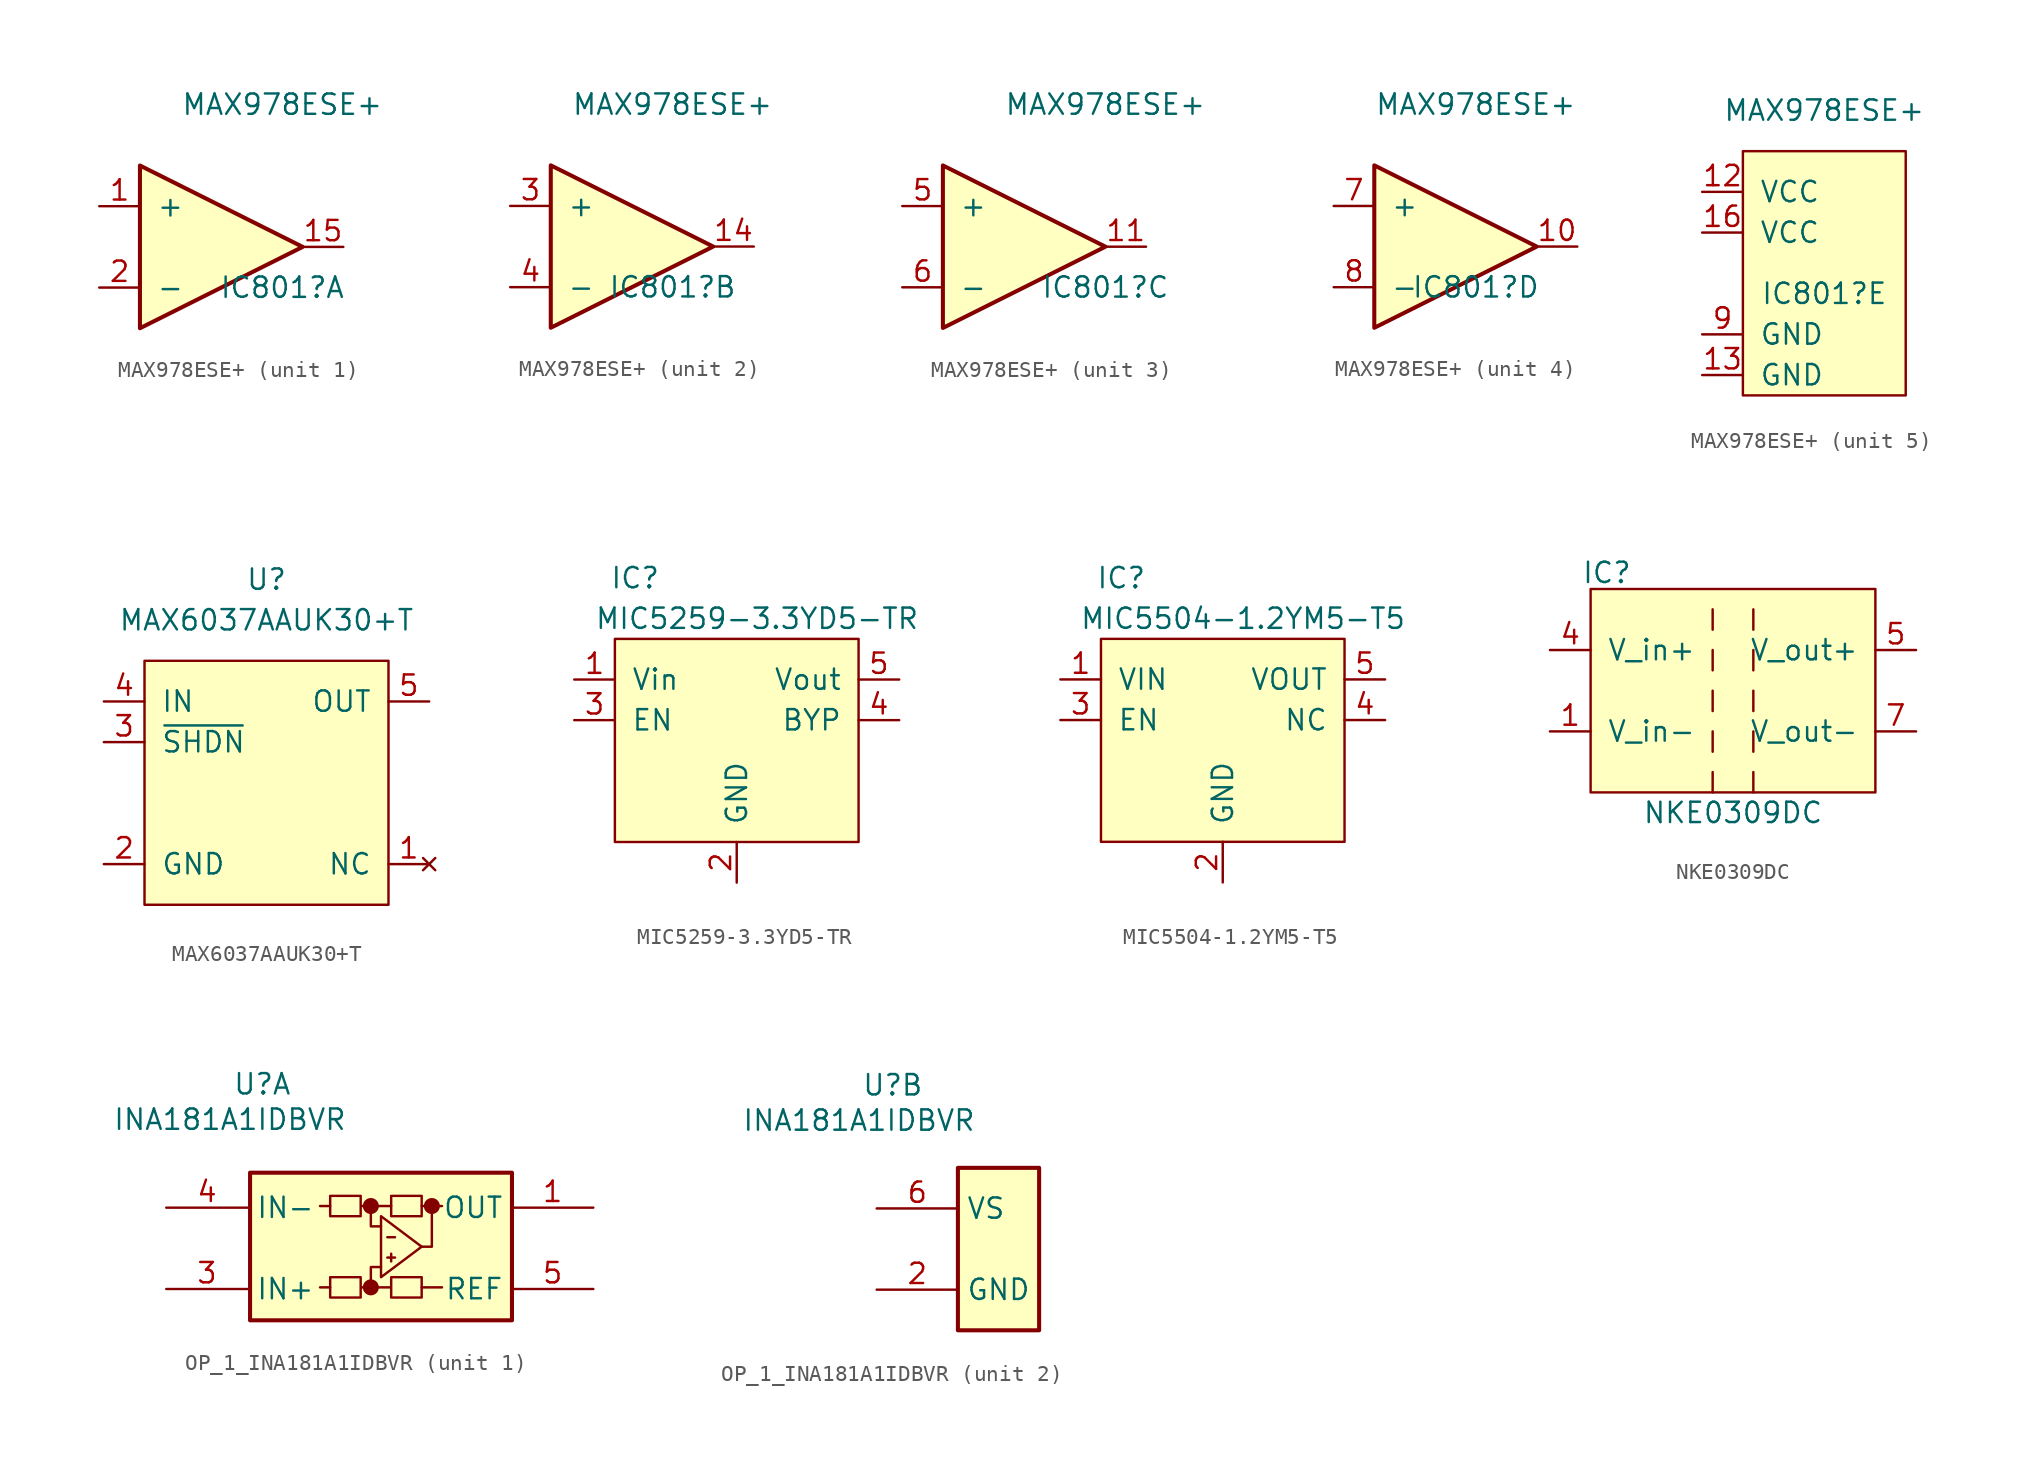
<source format=kicad_sym>
(kicad_symbol_lib
  (version 20220914)
  (generator kicad_symbol_editor)
  (symbol "MAX978ESE+"
    (pin_names
      (offset 1.016))
    (property "Reference" "IC801"
      (at 5.08 -2.54 0)
      (effects (font (size 1.27 1.27))))
    (property "Value" "MAX978ESE+"
      (at 5.08 8.89 0)
      (effects (font (size 1.27 1.27))))
    (property "ki_locked" ""
      (at 0 0 0)
      (effects (font (size 1.27 1.27))))
    (symbol "MAX978ESE+_1_1"
      (polyline (pts (xy -3.81 5.08) (xy 6.35 0) (xy -3.81 -5.08) (xy -3.81 5.08)) (stroke (width 0.254) (type default)) (fill (type background)))
      (pin input line (at -6.35 2.54 0) (length 2.54) (name "+" (effects (font (size 1.27 1.27)))) (number "1" (effects (font (size 1.27 1.27)))))
      (pin output line (at 8.89 0 180) (length 2.54) (name "" (effects (font (size 1.27 1.27)))) (number "15" (effects (font (size 1.27 1.27)))))
      (pin input line (at -6.35 -2.54 0) (length 2.54) (name "-" (effects (font (size 1.27 1.27)))) (number "2" (effects (font (size 1.27 1.27))))))
    (symbol "MAX978ESE+_2_1"
      (polyline (pts (xy -2.54 5.08) (xy 7.62 0) (xy -2.54 -5.08) (xy -2.54 5.08)) (stroke (width 0.254) (type default)) (fill (type background)))
      (pin output line (at 10.16 0 180) (length 2.54) (name "~" (effects (font (size 1.27 1.27)))) (number "14" (effects (font (size 1.27 1.27)))))
      (pin input line (at -5.08 2.54 0) (length 2.54) (name "+" (effects (font (size 1.27 1.27)))) (number "3" (effects (font (size 1.27 1.27)))))
      (pin input line (at -5.08 -2.54 0) (length 2.54) (name "-" (effects (font (size 1.27 1.27)))) (number "4" (effects (font (size 1.27 1.27))))))
    (symbol "MAX978ESE+_3_1"
      (polyline (pts (xy -5.08 5.08) (xy 5.08 0) (xy -5.08 -5.08) (xy -5.08 5.08)) (stroke (width 0.254) (type default)) (fill (type background)))
      (pin output line (at 7.62 0 180) (length 2.54) (name "~" (effects (font (size 1.27 1.27)))) (number "11" (effects (font (size 1.27 1.27)))))
      (pin input line (at -7.62 2.54 0) (length 2.54) (name "+" (effects (font (size 1.27 1.27)))) (number "5" (effects (font (size 1.27 1.27)))))
      (pin input line (at -7.62 -2.54 0) (length 2.54) (name "-" (effects (font (size 1.27 1.27)))) (number "6" (effects (font (size 1.27 1.27))))))
    (symbol "MAX978ESE+_4_1"
      (polyline (pts (xy -1.27 5.08) (xy 8.89 0) (xy -1.27 -5.08) (xy -1.27 5.08)) (stroke (width 0.254) (type default)) (fill (type background)))
      (pin output line (at 11.43 0 180) (length 2.54) (name "~" (effects (font (size 1.27 1.27)))) (number "10" (effects (font (size 1.27 1.27)))))
      (pin input line (at -3.81 2.54 0) (length 2.54) (name "+" (effects (font (size 1.27 1.27)))) (number "7" (effects (font (size 1.27 1.27)))))
      (pin input line (at -3.81 -2.54 0) (length 2.54) (name "-" (effects (font (size 1.27 1.27)))) (number "8" (effects (font (size 1.27 1.27))))))
    (symbol "MAX978ESE+_5_1"
      (rectangle (start 0 6.35) (end 10.16 -8.89) (stroke (width 0) (type default)) (fill (type background)))
      (pin input line (at -2.54 3.81 0) (length 2.54) (name "VCC" (effects (font (size 1.27 1.27)))) (number "12" (effects (font (size 1.27 1.27)))))
      (pin input line (at -2.54 -7.62 0) (length 2.54) (name "GND" (effects (font (size 1.27 1.27)))) (number "13" (effects (font (size 1.27 1.27)))))
      (pin input line (at -2.54 1.27 0) (length 2.54) (name "VCC" (effects (font (size 1.27 1.27)))) (number "16" (effects (font (size 1.27 1.27)))))
      (pin input line (at -2.54 -5.08 0) (length 2.54) (name "GND" (effects (font (size 1.27 1.27)))) (number "9" (effects (font (size 1.27 1.27)))))))
  (symbol "MAX6037AAUK30+T"
    (pin_names
      (offset 1.016))
    (property "Reference" "U"
      (at 0 12.7 0)
      (effects (font (size 1.27 1.27))))
    (property "Value" "MAX6037AAUK30+T"
      (at 0 10.16 0)
      (effects (font (size 1.27 1.27))))
    (symbol "MAX6037AAUK30+T_1_1"
      (rectangle (start -7.62 7.62) (end 7.62 -7.62) (stroke (width 0) (type default)) (fill (type background)))
      (pin no_connect line (at 10.16 -5.08 180) (length 2.54) (name "NC" (effects (font (size 1.27 1.27)))) (number "1" (effects (font (size 1.27 1.27)))))
      (pin power_in line (at -10.16 -5.08 0) (length 2.54) (name "GND" (effects (font (size 1.27 1.27)))) (number "2" (effects (font (size 1.27 1.27)))))
      (pin passive line (at -10.16 2.54 0) (length 2.54) (name "~{SHDN}" (effects (font (size 1.27 1.27)))) (number "3" (effects (font (size 1.27 1.27)))))
      (pin power_in line (at -10.16 5.08 0) (length 2.54) (name "IN" (effects (font (size 1.27 1.27)))) (number "4" (effects (font (size 1.27 1.27)))))
      (pin output line (at 10.16 5.08 180) (length 2.54) (name "OUT" (effects (font (size 1.27 1.27)))) (number "5" (effects (font (size 1.27 1.27)))))))
  (symbol "MIC5259-3.3YD5-TR"
    (pin_names
      (offset 1.016))
    (property "Reference" "IC"
      (at -6.35 7.62 0)
      (effects (font (size 1.27 1.27))))
    (property "Value" "MIC5259-3.3YD5-TR"
      (at 1.27 5.08 0)
      (effects (font (size 1.27 1.27))))
    (symbol "MIC5259-3.3YD5-TR_1_1"
      (rectangle (start -7.62 3.81) (end 7.62 -8.89) (stroke (width 0) (type default)) (fill (type background)))
      (pin power_in line (at -10.16 1.27 0) (length 2.54) (name "Vin" (effects (font (size 1.27 1.27)))) (number "1" (effects (font (size 1.27 1.27)))))
      (pin power_in line (at 0 -11.43 90) (length 2.54) (name "GND" (effects (font (size 1.27 1.27)))) (number "2" (effects (font (size 1.27 1.27)))))
      (pin input line (at -10.16 -1.27 0) (length 2.54) (name "EN" (effects (font (size 1.27 1.27)))) (number "3" (effects (font (size 1.27 1.27)))))
      (pin passive line (at 10.16 -1.27 180) (length 2.54) (name "BYP" (effects (font (size 1.27 1.27)))) (number "4" (effects (font (size 1.27 1.27)))))
      (pin power_out line (at 10.16 1.27 180) (length 2.54) (name "Vout" (effects (font (size 1.27 1.27)))) (number "5" (effects (font (size 1.27 1.27)))))))
  (symbol "MIC5504-1.2YM5-T5"
    (pin_names
      (offset 1.016))
    (property "Reference" "IC"
      (at -6.35 7.62 0)
      (effects (font (size 1.27 1.27))))
    (property "Value" "MIC5504-1.2YM5-T5"
      (at 1.27 5.08 0)
      (effects (font (size 1.27 1.27))))
    (symbol "MIC5504-1.2YM5-T5_1_1"
      (rectangle (start -7.62 3.81) (end 7.62 -8.89) (stroke (width 0) (type default)) (fill (type background)))
      (pin power_in line (at -10.16 1.27 0) (length 2.54) (name "VIN" (effects (font (size 1.27 1.27)))) (number "1" (effects (font (size 1.27 1.27)))))
      (pin power_in line (at 0 -11.43 90) (length 2.54) (name "GND" (effects (font (size 1.27 1.27)))) (number "2" (effects (font (size 1.27 1.27)))))
      (pin input line (at -10.16 -1.27 0) (length 2.54) (name "EN" (effects (font (size 1.27 1.27)))) (number "3" (effects (font (size 1.27 1.27)))))
      (pin passive line (at 10.16 -1.27 180) (length 2.54) (name "NC" (effects (font (size 1.27 1.27)))) (number "4" (effects (font (size 1.27 1.27)))))
      (pin power_out line (at 10.16 1.27 180) (length 2.54) (name "VOUT" (effects (font (size 1.27 1.27)))) (number "5" (effects (font (size 1.27 1.27)))))))
  (symbol "NKE0309DC"
    (pin_names
      (offset 1.016))
    (property "Reference" "IC"
      (at -7.874 7.366 0)
      (effects (font (size 1.27 1.27))))
    (property "Value" "NKE0309DC"
      (at 0 -7.62 0)
      (effects (font (size 1.27 1.27))))
    (symbol "NKE0309DC_0_1"
      (rectangle (start -8.89 6.35) (end 8.89 -6.35) (stroke (width 0) (type default)) (fill (type background))))
    (symbol "NKE0309DC_1_1"
      (rectangle (start -1.27 -5.08) (end -1.27 -6.35) (stroke (width 0) (type default)) (fill (type none)))
      (rectangle (start -1.27 -2.54) (end -1.27 -3.81) (stroke (width 0) (type default)) (fill (type none)))
      (rectangle (start -1.27 0) (end -1.27 -1.27) (stroke (width 0) (type default)) (fill (type none)))
      (rectangle (start -1.27 2.54) (end -1.27 1.27) (stroke (width 0) (type default)) (fill (type none)))
      (rectangle (start -1.27 5.08) (end -1.27 3.81) (stroke (width 0) (type default)) (fill (type none)))
      (rectangle (start 1.27 -5.08) (end 1.27 -6.35) (stroke (width 0) (type default)) (fill (type none)))
      (rectangle (start 1.27 -2.54) (end 1.27 -3.81) (stroke (width 0) (type default)) (fill (type none)))
      (rectangle (start 1.27 0) (end 1.27 -1.27) (stroke (width 0) (type default)) (fill (type none)))
      (rectangle (start 1.27 2.54) (end 1.27 1.27) (stroke (width 0) (type default)) (fill (type none)))
      (rectangle (start 1.27 5.08) (end 1.27 3.81) (stroke (width 0) (type default)) (fill (type none)))
      (pin power_in line (at -11.43 -2.54 0) (length 2.54) (name "V_in-" (effects (font (size 1.27 1.27)))) (number "1" (effects (font (size 1.27 1.27)))))
      (pin power_in line (at -11.43 2.54 0) (length 2.54) (name "V_in+" (effects (font (size 1.27 1.27)))) (number "4" (effects (font (size 1.27 1.27)))))
      (pin power_out line (at 11.43 2.54 180) (length 2.54) (name "V_out+" (effects (font (size 1.27 1.27)))) (number "5" (effects (font (size 1.27 1.27)))))
      (pin power_out line (at 11.43 -2.54 180) (length 2.54) (name "V_out-" (effects (font (size 1.27 1.27)))) (number "7" (effects (font (size 1.27 1.27)))))))
  (symbol "OP_1_INA181A1IDBVR"
    (property "Reference" "U"
      (at -8.56 10.998 0)
      (effects (font (size 1.27 1.27)) (justify left top)))
    (property "Value" "INA181A1IDBVR"
      (at -16.053 8.788 0)
      (effects (font (size 1.27 1.27)) (justify left top)))
    (property "ki_locked" ""
      (at 0 0 0)
      (effects (font (size 1.27 1.27))))
    (symbol "OP_1_INA181A1IDBVR_1_1"
      (rectangle (start -7.468 4.724) (end 8.89 -4.496) (stroke (width 0.254) (type default)) (fill (type background)))
      (polyline (pts (xy -2.464 -2.438) (xy -3.099 -2.438)) (stroke (width 0) (type default)) (fill (type none)))
      (polyline (pts (xy -2.464 2.642) (xy -3.099 2.642)) (stroke (width 0) (type default)) (fill (type none)))
      (polyline (pts (xy 3.251 -2.438) (xy 4.521 -2.438)) (stroke (width 0) (type default)) (fill (type none)))
      (polyline (pts (xy 4.521 2.642) (xy 3.886 2.642)) (stroke (width 0) (type default)) (fill (type none)))
      (polyline (pts (xy 0.076 2.642) (xy 0.076 1.372) (xy 0.711 1.372)) (stroke (width 0) (type default)) (fill (type none)))
      (polyline (pts (xy 0.711 -1.168) (xy 0.076 -1.168) (xy 0.076 -2.438)) (stroke (width 0) (type default)) (fill (type none)))
      (polyline (pts (xy 3.251 0.102) (xy 3.886 0.102) (xy 3.886 2.642)) (stroke (width 0) (type default)) (fill (type none)))
      (polyline (pts (xy 3.251 2.642) (xy 3.251 2.007) (xy 1.346 2.007) (xy 1.346 2.642)) (stroke (width 0) (type default)) (fill (type none)))
      (polyline (pts (xy 0.711 1.372) (xy 0.711 -1.803) (xy 3.251 0.102) (xy 0.711 2.007) (xy 0.711 1.372)) (stroke (width 0) (type default)) (fill (type none)))
      (polyline (pts (xy 0.076 2.642) (xy 1.346 2.642) (xy 1.346 3.277) (xy 3.251 3.277) (xy 3.251 2.642) (xy 3.886 2.642)) (stroke (width 0) (type default)) (fill (type none)))
      (polyline (pts (xy 0.076 -2.438) (xy -0.559 -2.438) (xy -0.559 -1.803) (xy -2.464 -1.803) (xy -2.464 -3.073) (xy -0.559 -3.073) (xy -0.559 -2.438)) (stroke (width 0) (type default)) (fill (type none)))
      (polyline (pts (xy 0.076 -2.438) (xy 1.346 -2.438) (xy 1.346 -1.803) (xy 3.251 -1.803) (xy 3.251 -3.073) (xy 1.346 -3.073) (xy 1.346 -2.438)) (stroke (width 0) (type default)) (fill (type none)))
      (polyline (pts (xy 0.076 2.642) (xy -0.559 2.642) (xy -0.559 3.277) (xy -2.464 3.277) (xy -2.464 2.007) (xy -0.559 2.007) (xy -0.559 2.642)) (stroke (width 0) (type default)) (fill (type none)))
      (circle (center 0.076 -2.438) (radius 0.0001) (stroke (width 0.5) (type default)) (fill (type none)))
      (circle (center 0.076 2.642) (radius 0.0001) (stroke (width 0.5) (type default)) (fill (type none)))
      (circle (center 3.886 2.642) (radius 0.0001) (stroke (width 0.5) (type default)) (fill (type none)))
      (text "+" (at 1.346 -0.533 0) (effects (font (size 0.63 0.63))))
      (text "-" (at 1.346 0.737 0) (effects (font (size 0.63 0.63))))
      (pin output line (at 13.97 2.54 180) (length 5.08) (name "OUT" (effects (font (size 1.27 1.27)))) (number "1" (effects (font (size 1.27 1.27)))))
      (pin input line (at -12.7 -2.54 0) (length 5.08) (name "IN+" (effects (font (size 1.27 1.27)))) (number "3" (effects (font (size 1.27 1.27)))))
      (pin input line (at -12.7 2.54 0) (length 5.08) (name "IN-" (effects (font (size 1.27 1.27)))) (number "4" (effects (font (size 1.27 1.27)))))
      (pin input line (at 13.97 -2.54 180) (length 5.08) (name "REF" (effects (font (size 1.27 1.27)))) (number "5" (effects (font (size 1.27 1.27))))))
    (symbol "OP_1_INA181A1IDBVR_2_1"
      (rectangle (start -2.54 5.08) (end 2.54 -5.08) (stroke (width 0.254) (type default)) (fill (type background)))
      (pin power_in line (at -7.62 -2.54 0) (length 5.08) (name "GND" (effects (font (size 1.27 1.27)))) (number "2" (effects (font (size 1.27 1.27)))))
      (pin power_in line (at -7.62 2.54 0) (length 5.08) (name "VS" (effects (font (size 1.27 1.27)))) (number "6" (effects (font (size 1.27 1.27))))))))
</source>
